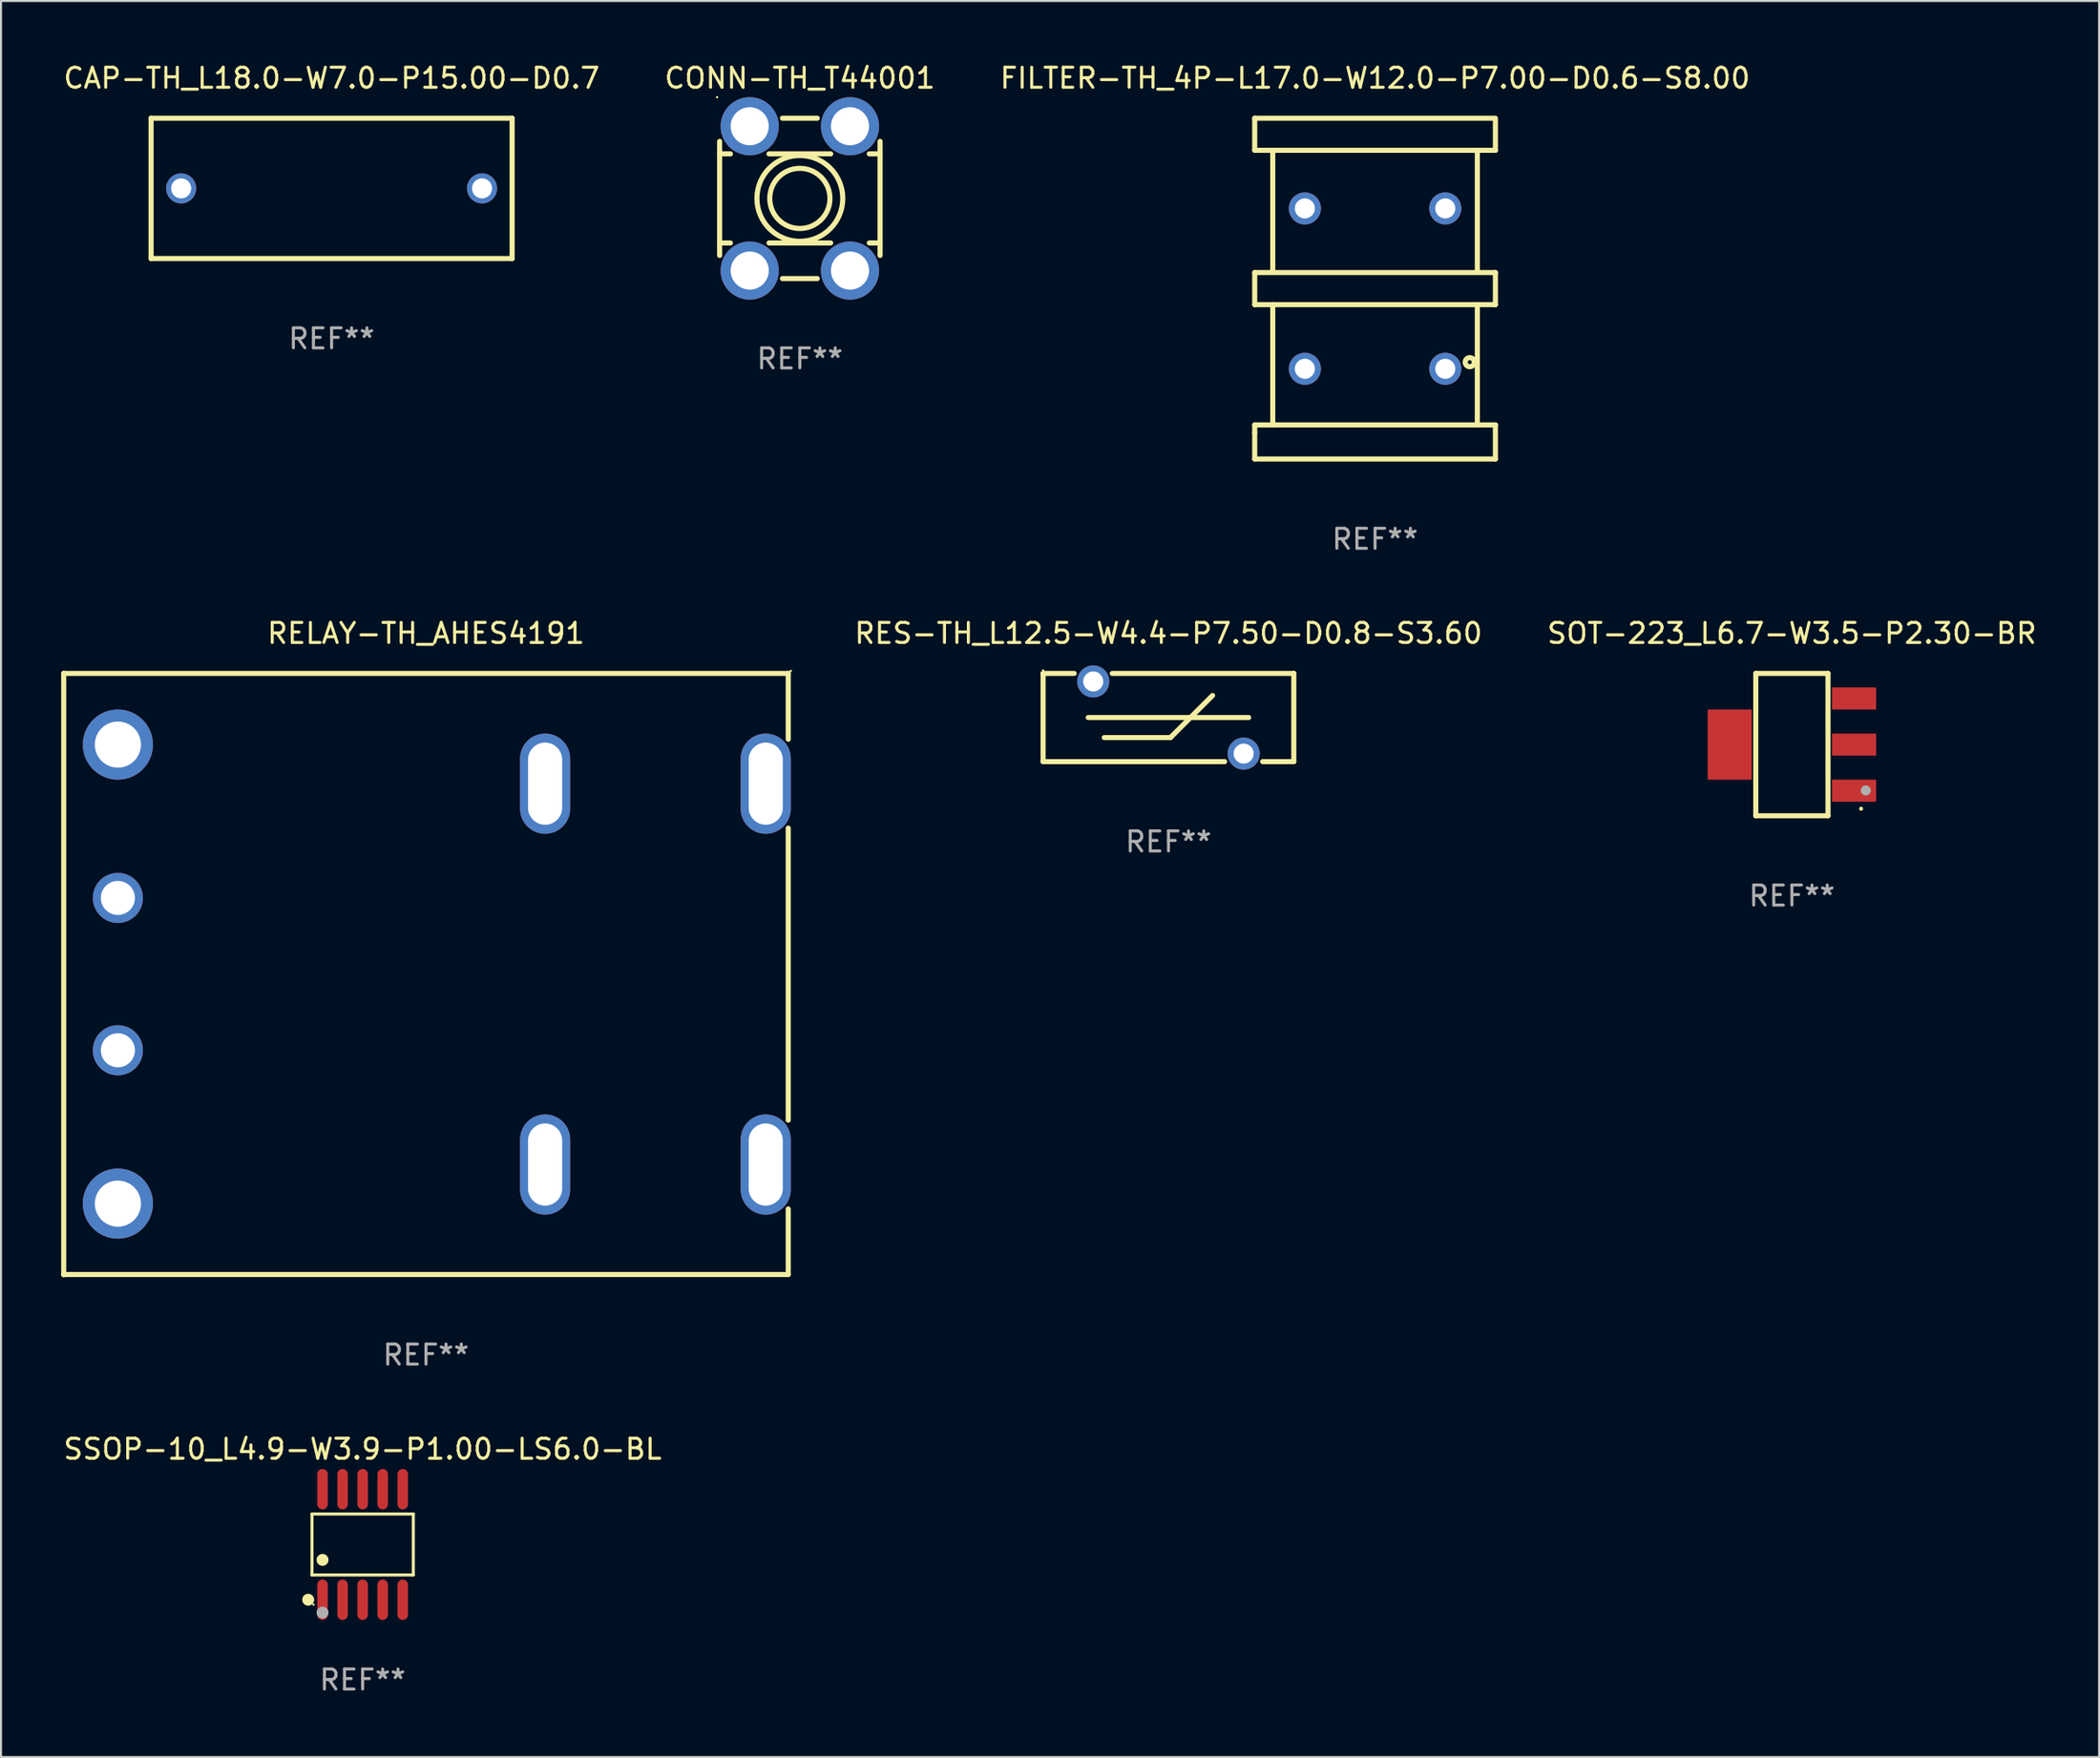
<source format=kicad_pcb>
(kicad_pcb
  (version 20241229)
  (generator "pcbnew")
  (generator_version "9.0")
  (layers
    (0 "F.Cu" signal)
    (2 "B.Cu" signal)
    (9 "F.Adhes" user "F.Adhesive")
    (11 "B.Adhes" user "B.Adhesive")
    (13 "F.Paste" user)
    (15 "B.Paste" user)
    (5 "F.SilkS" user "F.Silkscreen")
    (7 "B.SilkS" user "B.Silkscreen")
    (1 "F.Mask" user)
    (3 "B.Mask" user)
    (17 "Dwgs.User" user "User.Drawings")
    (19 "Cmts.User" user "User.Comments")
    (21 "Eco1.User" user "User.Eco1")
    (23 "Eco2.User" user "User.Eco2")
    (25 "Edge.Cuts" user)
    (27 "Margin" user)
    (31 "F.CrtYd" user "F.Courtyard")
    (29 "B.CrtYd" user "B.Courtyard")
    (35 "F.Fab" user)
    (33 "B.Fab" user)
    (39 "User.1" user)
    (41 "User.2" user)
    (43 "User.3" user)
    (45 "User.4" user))
  (footprint "RELAY-TH_AHES4191"
    (layer "F.Cu")
    (at 18.977 45.545)
    (property "Reference" "RELAY-TH_AHES4191" (at -0.789 -17 0) (layer "F.SilkS") (effects (font (size 1 1) (thickness 0.15))))
    (attr through_hole)
    (fp_line (start -18.85 -15) (end -18.85 15) (stroke (width 0.254) (type solid)) (layer "F.SilkS"))
    (fp_line (start -18.85 -15) (end 17.272 -15) (stroke (width 0.254) (type solid)) (layer "F.SilkS"))
    (fp_line (start 17.272 -15) (end 17.272 -11.716) (stroke (width 0.254) (type solid)) (layer "F.SilkS"))
    (fp_line (start 17.272 -7.284) (end 17.272 7.284) (stroke (width 0.254) (type solid)) (layer "F.SilkS"))
    (fp_line (start 17.272 11.716) (end 17.272 14.986) (stroke (width 0.254) (type solid)) (layer "F.SilkS"))
    (fp_line (start 17.272 14.986) (end -18.85 14.986) (stroke (width 0.254) (type solid)) (layer "F.SilkS"))
    (fp_circle (center 17.4 -15.127) (end 17.43 -15.127) (stroke (width 0.06) (type solid)) (fill no) (layer "F.SilkS"))
    (fp_text user "REF**" (at -0.789 19 0) (layer "F.Fab") (effects (font (size 1 1) (thickness 0.15))))
    (pad "1" thru_hole oval (at 16.15 -9.5) (size 2.5 5) (drill oval 1.7 4.1) (layers "*.Cu" "*.Mask"))
    (pad "2" thru_hole oval (at 5.15 -9.5) (size 2.5 5) (drill oval 1.7 4.1) (layers "*.Cu" "*.Mask"))
    (pad "3" thru_hole circle (at -16.15 -11.45) (size 3.5 3.5) (drill 2.3) (layers "*.Cu" "*.Mask"))
    (pad "4" thru_hole circle (at -16.15 -3.8) (size 2.5 2.5) (drill 1.7) (layers "*.Cu" "*.Mask"))
    (pad "5" thru_hole circle (at -16.15 3.8) (size 2.5 2.5) (drill 1.7) (layers "*.Cu" "*.Mask"))
    (pad "6" thru_hole circle (at -16.15 11.45) (size 3.5 3.5) (drill 2.3) (layers "*.Cu" "*.Mask"))
    (pad "7" thru_hole oval (at 5.15 9.5) (size 2.5 5) (drill oval 1.7 4.1) (layers "*.Cu" "*.Mask"))
    (pad "8" thru_hole oval (at 16.15 9.5) (size 2.5 5) (drill oval 1.7 4.1) (layers "*.Cu" "*.Mask")))
  (footprint "CONN-TH_T44001"
    (layer "F.Cu")
    (at 36.828 6.848)
    (property "Reference" "CONN-TH_T44001" (at -0.000127 -6 0) (layer "F.SilkS") (effects (font (size 1 1) (thickness 0.15))))
    (attr through_hole)
    (fp_line (start -4 -2.222) (end -3.461 -2.222) (stroke (width 0.254) (type solid)) (layer "F.SilkS"))
    (fp_line (start -4 2.223) (end -3.463 2.223) (stroke (width 0.254) (type solid)) (layer "F.SilkS"))
    (fp_line (start -4 2.844) (end -4 -2.844) (stroke (width 0.254) (type solid)) (layer "F.SilkS"))
    (fp_line (start -1.539 -2.222) (end 1.539 -2.222) (stroke (width 0.254) (type solid)) (layer "F.SilkS"))
    (fp_line (start -1.537 2.223) (end 1.537 2.223) (stroke (width 0.254) (type solid)) (layer "F.SilkS"))
    (fp_line (start -0.867 -4) (end 0.867 -4) (stroke (width 0.254) (type solid)) (layer "F.SilkS"))
    (fp_line (start 0.867 4) (end -0.867 4) (stroke (width 0.254) (type solid)) (layer "F.SilkS"))
    (fp_line (start 3.461 -2.222) (end 4 -2.222) (stroke (width 0.254) (type solid)) (layer "F.SilkS"))
    (fp_line (start 3.463 2.223) (end 4 2.223) (stroke (width 0.254) (type solid)) (layer "F.SilkS"))
    (fp_line (start 4 -2.844) (end 4 2.844) (stroke (width 0.254) (type solid)) (layer "F.SilkS"))
    (fp_circle (center -4.127 -5.05) (end -4.097 -5.05) (stroke (width 0.06) (type solid)) (fill no) (layer "F.SilkS"))
    (fp_circle (center -0.000127 0) (end 1.5 0) (stroke (width 0.254) (type solid)) (fill no) (layer "F.SilkS"))
    (fp_circle (center -0.000127 0) (end 2.14 0) (stroke (width 0.254) (type solid)) (fill no) (layer "F.SilkS"))
    (fp_text user "REF**" (at -0.000127 8 0) (layer "F.Fab") (effects (font (size 1 1) (thickness 0.15))))
    (pad "1" thru_hole circle (at -2.5 -3.6) (size 2.9 2.9) (drill 1.9) (layers "*.Cu" "*.Mask"))
    (pad "1" thru_hole circle (at -2.5 3.6) (size 2.9 2.9) (drill 1.9) (layers "*.Cu" "*.Mask"))
    (pad "1" thru_hole circle (at 2.5 -3.6) (size 2.9 2.9) (drill 1.9) (layers "*.Cu" "*.Mask"))
    (pad "1" thru_hole circle (at 2.5 3.6) (size 2.9 2.9) (drill 1.9) (layers "*.Cu" "*.Mask")))
  (footprint "RES-TH_L12.5-W4.4-P7.50-D0.8-S3.60"
    (layer "F.Cu")
    (at 55.205 32.745)
    (property "Reference" "RES-TH_L12.5-W4.4-P7.50-D0.8-S3.60" (at 0 -4.2 0) (layer "F.SilkS") (effects (font (size 1 1) (thickness 0.15))))
    (attr through_hole)
    (fp_line (start -6.25 -2.2) (end -6.25 2.2) (stroke (width 0.254) (type solid)) (layer "F.SilkS"))
    (fp_line (start -6.25 -2.2) (end -4.7 -2.2) (stroke (width 0.254) (type solid)) (layer "F.SilkS"))
    (fp_line (start -6.25 2.2) (end 2.8 2.2) (stroke (width 0.254) (type solid)) (layer "F.SilkS"))
    (fp_line (start -4 0) (end 4 0) (stroke (width 0.254) (type solid)) (layer "F.SilkS"))
    (fp_line (start -3.2 1) (end 0.1 1) (stroke (width 0.254) (type solid)) (layer "F.SilkS"))
    (fp_line (start -2.8 -2.2) (end 6.25 -2.2) (stroke (width 0.254) (type solid)) (layer "F.SilkS"))
    (fp_line (start 0.1 1) (end 2.2 -1.1) (stroke (width 0.254) (type solid)) (layer "F.SilkS"))
    (fp_line (start 4.7 2.2) (end 6.25 2.2) (stroke (width 0.254) (type solid)) (layer "F.SilkS"))
    (fp_line (start 6.25 -2.2) (end 6.25 2.2) (stroke (width 0.254) (type solid)) (layer "F.SilkS"))
    (fp_circle (center -6.25 -2.35) (end -6.22 -2.35) (stroke (width 0.06) (type solid)) (fill no) (layer "F.SilkS"))
    (fp_text user "REF**" (at 0 6.2 0) (layer "F.Fab") (effects (font (size 1 1) (thickness 0.15))))
    (pad "1" thru_hole circle (at -3.75 -1.8) (size 1.6 1.6) (drill 1) (layers "*.Cu" "*.Mask"))
    (pad "2" thru_hole circle (at 3.75 1.8) (size 1.6 1.6) (drill 1) (layers "*.Cu" "*.Mask")))
  (footprint "CAP-TH_L18.0-W7.0-P15.00-D0.7"
    (layer "F.Cu")
    (at 13.482 6.348)
    (property "Reference" "CAP-TH_L18.0-W7.0-P15.00-D0.7" (at -0.000102 -5.5 0) (layer "F.SilkS") (effects (font (size 1 1) (thickness 0.15))))
    (attr through_hole)
    (fp_line (start -9 -3.5) (end 9 -3.5) (stroke (width 0.254) (type solid)) (layer "F.SilkS"))
    (fp_line (start -9 3.5) (end -9 -3.5) (stroke (width 0.254) (type solid)) (layer "F.SilkS"))
    (fp_line (start 9 3.5) (end -9 3.5) (stroke (width 0.254) (type solid)) (layer "F.SilkS"))
    (fp_line (start 9 3.5) (end 9 -3.5) (stroke (width 0.254) (type solid)) (layer "F.SilkS"))
    (fp_circle (center -9 3.5) (end -8.97 3.5) (stroke (width 0.06) (type solid)) (fill no) (layer "F.SilkS"))
    (fp_text user "REF**" (at -0.000102 7.5 0) (layer "F.Fab") (effects (font (size 1 1) (thickness 0.15))))
    (pad "1" thru_hole circle (at -7.5 0) (size 1.5 1.5) (drill 1) (layers "*.Cu" "*.Mask"))
    (pad "2" thru_hole circle (at 7.5 0) (size 1.5 1.5) (drill 1) (layers "*.Cu" "*.Mask")))
  (footprint "SSOP-10_L4.9-W3.9-P1.00-LS6.0-BL"
    (layer "F.Cu")
    (at 15.03 73.998)
    (property "Reference" "SSOP-10_L4.9-W3.9-P1.00-LS6.0-BL" (at 0 -4.757 0) (layer "F.SilkS") (effects (font (size 1 1) (thickness 0.15))))
    (attr smd)
    (fp_line (start -2.526 -1.521) (end 2.526 -1.521) (stroke (width 0.152) (type solid)) (layer "F.SilkS"))
    (fp_line (start -2.526 1.521) (end -2.526 -1.521) (stroke (width 0.152) (type solid)) (layer "F.SilkS"))
    (fp_line (start 2.526 -1.521) (end 2.526 1.521) (stroke (width 0.152) (type solid)) (layer "F.SilkS"))
    (fp_line (start 2.526 1.521) (end -2.526 1.521) (stroke (width 0.152) (type solid)) (layer "F.SilkS"))
    (fp_circle (center -2.715 2.757) (end -2.565 2.757) (stroke (width 0.3) (type solid)) (fill no) (layer "F.SilkS"))
    (fp_circle (center -2.45 3) (end -2.42 3) (stroke (width 0.06) (type solid)) (fill no) (layer "F.SilkS"))
    (fp_circle (center -2 0.769) (end -1.85 0.769) (stroke (width 0.3) (type solid)) (fill no) (layer "F.SilkS"))
    (fp_circle (center -2 3.4) (end -1.85 3.4) (stroke (width 0.3) (type solid)) (fill no) (layer "F.Fab"))
    (fp_text user "REF**" (at 0 6.757 0) (layer "F.Fab") (effects (font (size 1 1) (thickness 0.15))))
    (pad "1" smd oval (at -2 2.757) (size 0.525 2.014) (layers "F.Cu" "F.Mask" "F.Paste"))
    (pad "2" smd oval (at -1 2.757) (size 0.525 2.014) (layers "F.Cu" "F.Mask" "F.Paste"))
    (pad "3" smd oval (at 0 2.757) (size 0.525 2.014) (layers "F.Cu" "F.Mask" "F.Paste"))
    (pad "4" smd oval (at 1 2.757) (size 0.525 2.014) (layers "F.Cu" "F.Mask" "F.Paste"))
    (pad "5" smd oval (at 2 2.757) (size 0.525 2.014) (layers "F.Cu" "F.Mask" "F.Paste"))
    (pad "6" smd oval (at 2 -2.757) (size 0.525 2.014) (layers "F.Cu" "F.Mask" "F.Paste"))
    (pad "7" smd oval (at 1 -2.757) (size 0.525 2.014) (layers "F.Cu" "F.Mask" "F.Paste"))
    (pad "8" smd oval (at 0 -2.757) (size 0.525 2.014) (layers "F.Cu" "F.Mask" "F.Paste"))
    (pad "9" smd oval (at -1 -2.757) (size 0.525 2.014) (layers "F.Cu" "F.Mask" "F.Paste"))
    (pad "10" smd oval (at -2 -2.757) (size 0.525 2.014) (layers "F.Cu" "F.Mask" "F.Paste")))
  (footprint "SOT-223_L6.7-W3.5-P2.30-BR"
    (layer "F.Cu")
    (at 86.288 34.095)
    (property "Reference" "SOT-223_L6.7-W3.5-P2.30-BR" (at 0 -5.55 0) (layer "F.SilkS") (effects (font (size 1 1) (thickness 0.15))))
    (attr smd)
    (fp_line (start -1.8 -3.55) (end 1.8 -3.55) (stroke (width 0.254) (type solid)) (layer "F.SilkS"))
    (fp_line (start -1.8 3.55) (end -1.8 -3.55) (stroke (width 0.254) (type solid)) (layer "F.SilkS"))
    (fp_line (start -1.8 3.55) (end 1.8 3.55) (stroke (width 0.254) (type solid)) (layer "F.SilkS"))
    (fp_line (start 1.8 3.55) (end 1.8 -3.55) (stroke (width 0.254) (type solid)) (layer "F.SilkS"))
    (fp_circle (center 3.45 3.2) (end 3.5 3.2) (stroke (width 0.1) (type solid)) (fill no) (layer "F.SilkS"))
    (fp_circle (center 3.683 2.286) (end 3.81 2.286) (stroke (width 0.254) (type solid)) (fill no) (layer "F.Fab"))
    (fp_text user "REF**" (at 0 7.55 0) (layer "F.Fab") (effects (font (size 1 1) (thickness 0.15))))
    (pad "1" smd rect (at 3.099 2.3 90) (size 1.1 2.2) (layers "F.Cu" "F.Mask" "F.Paste"))
    (pad "2" smd rect (at 3.099 0 90) (size 1.1 2.2) (layers "F.Cu" "F.Mask" "F.Paste"))
    (pad "3" smd rect (at 3.099 -2.3 90) (size 1.1 2.2) (layers "F.Cu" "F.Mask" "F.Paste"))
    (pad "4" smd rect (at -3.099 0) (size 2.2 3.5) (layers "F.Cu" "F.Mask" "F.Paste")))
  (footprint "FILTER-TH_4P-L17.0-W12.0-P7.00-D0.6-S8.00"
    (layer "F.Cu")
    (at 65.506 11.348)
    (property "Reference" "FILTER-TH_4P-L17.0-W12.0-P7.00-D0.6-S8.00" (at 0 -10.5 0) (layer "F.SilkS") (effects (font (size 1 1) (thickness 0.15))))
    (attr through_hole)
    (fp_line (start -6 -8.5) (end -6 -6.9) (stroke (width 0.254) (type solid)) (layer "F.SilkS"))
    (fp_line (start -6 -8.5) (end 6 -8.5) (stroke (width 0.254) (type solid)) (layer "F.SilkS"))
    (fp_line (start -6 -6.9) (end 6 -6.9) (stroke (width 0.254) (type solid)) (layer "F.SilkS"))
    (fp_line (start -6 -0.8) (end 6 -0.8) (stroke (width 0.254) (type solid)) (layer "F.SilkS"))
    (fp_line (start -6 0.8) (end -6 -0.8) (stroke (width 0.254) (type solid)) (layer "F.SilkS"))
    (fp_line (start -6 6.8) (end 6 6.8) (stroke (width 0.254) (type solid)) (layer "F.SilkS"))
    (fp_line (start -6 7.2) (end -6 6.8) (stroke (width 0.254) (type solid)) (layer "F.SilkS"))
    (fp_line (start -6 7.2) (end -6 8.5) (stroke (width 0.254) (type solid)) (layer "F.SilkS"))
    (fp_line (start -5.1 -6.9) (end -5.1 -0.9) (stroke (width 0.254) (type solid)) (layer "F.SilkS"))
    (fp_line (start -5.1 0.8) (end -5.1 6.8) (stroke (width 0.254) (type solid)) (layer "F.SilkS"))
    (fp_line (start 5.098 0.798) (end 5.098 6.798) (stroke (width 0.254) (type solid)) (layer "F.SilkS"))
    (fp_line (start 5.098 -6.901) (end 5.098 -0.901) (stroke (width 0.254) (type solid)) (layer "F.SilkS"))
    (fp_line (start 6 -6.9) (end 6 -8.4) (stroke (width 0.254) (type solid)) (layer "F.SilkS"))
    (fp_line (start 6 -0.8) (end 6 0.8) (stroke (width 0.254) (type solid)) (layer "F.SilkS"))
    (fp_line (start 6 0.8) (end -6 0.8) (stroke (width 0.254) (type solid)) (layer "F.SilkS"))
    (fp_line (start 6 6.8) (end 6 8.5) (stroke (width 0.254) (type solid)) (layer "F.SilkS"))
    (fp_line (start 6 8.5) (end -6 8.5) (stroke (width 0.254) (type solid)) (layer "F.SilkS"))
    (fp_circle (center -6 8.26) (end -5.97 8.26) (stroke (width 0.06) (type solid)) (fill no) (layer "F.SilkS"))
    (fp_circle (center 4.72 3.67) (end 4.82 3.67) (stroke (width 0.254) (type solid)) (fill no) (layer "F.SilkS"))
    (fp_text user "REF**" (at 0 12.5 0) (layer "F.Fab") (effects (font (size 1 1) (thickness 0.15))))
    (pad "1" thru_hole circle (at 3.5 4) (size 1.6 1.6) (drill 1) (layers "*.Cu" "*.Mask"))
    (pad "2" thru_hole circle (at -3.5 4) (size 1.6 1.6) (drill 1) (layers "*.Cu" "*.Mask"))
    (pad "3" thru_hole circle (at -3.5 -4) (size 1.6 1.6) (drill 1) (layers "*.Cu" "*.Mask"))
    (pad "4" thru_hole circle (at 3.5 -4) (size 1.6 1.6) (drill 1) (layers "*.Cu" "*.Mask")))
  (gr_rect
    (start -3 -3)
    (end 101.604 84.603)
    (stroke (width 0.1) (type default))
    (fill no)
    (layer "Edge.Cuts")))
</source>
